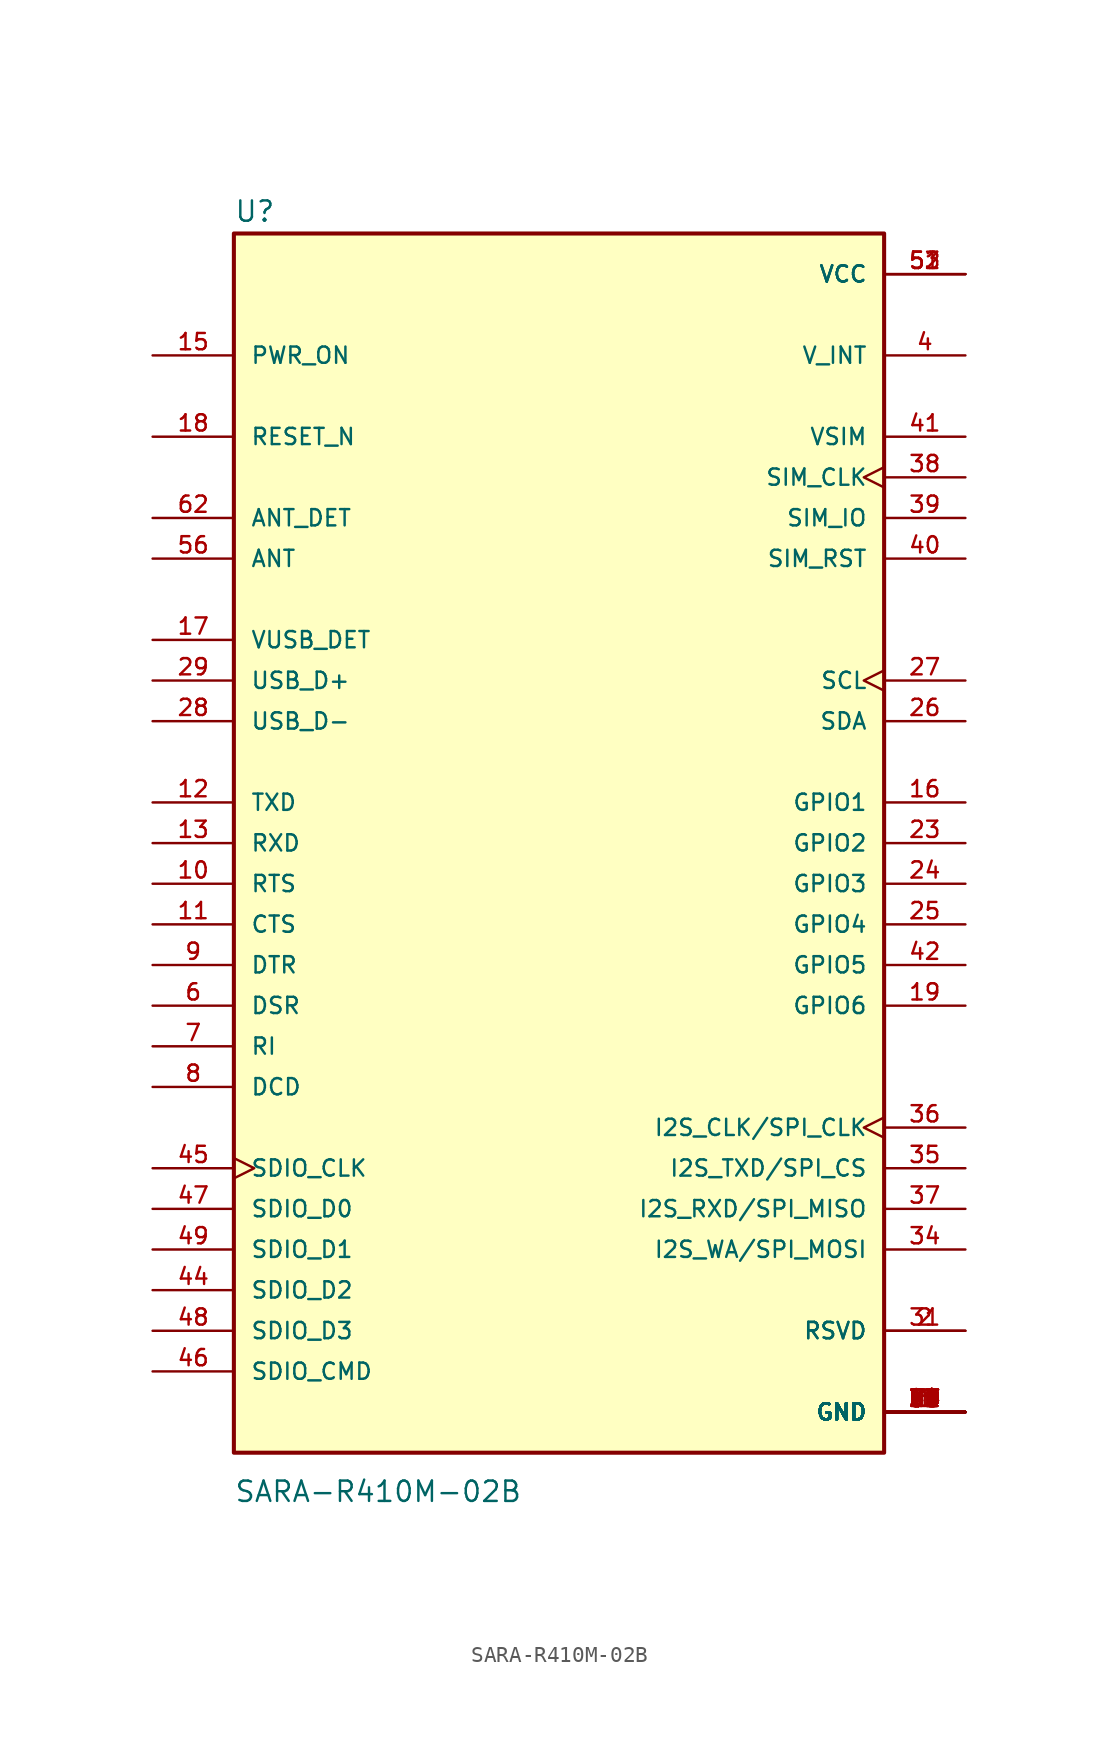
<source format=kicad_sym>
(kicad_symbol_lib
  (version 20211014)
  (generator kicad_symbol_editor)
  (symbol "SARA-R410M-02B"
    (pin_names
      (offset 1.016))
    (property "Reference" "U"
      (at -20.32 38.735 0)
      (effects (font (size 1.27 1.27)) (justify bottom left)))
    (property "Value" "SARA-R410M-02B"
      (at -20.32 -41.275 0)
      (effects (font (size 1.27 1.27)) (justify bottom left)))
    (symbol "SARA-R410M-02B_0_0"
      (rectangle (start -20.32 -38.1) (end 20.32 38.1) (stroke (width 0.254)) (fill (type background)))
      (pin power_in line (at 25.4 -35.56 180.0) (length 5.08) (name "GND" (effects (font (size 1.016 1.016)))) (number "1" (effects (font (size 1.016 1.016)))))
      (pin power_in line (at 25.4 -35.56 180.0) (length 5.08) (name "GND" (effects (font (size 1.016 1.016)))) (number "3" (effects (font (size 1.016 1.016)))))
      (pin power_in line (at 25.4 -35.56 180.0) (length 5.08) (name "GND" (effects (font (size 1.016 1.016)))) (number "5" (effects (font (size 1.016 1.016)))))
      (pin power_in line (at 25.4 -35.56 180.0) (length 5.08) (name "GND" (effects (font (size 1.016 1.016)))) (number "14" (effects (font (size 1.016 1.016)))))
      (pin power_in line (at 25.4 -35.56 180.0) (length 5.08) (name "GND" (effects (font (size 1.016 1.016)))) (number "20" (effects (font (size 1.016 1.016)))))
      (pin power_in line (at 25.4 -35.56 180.0) (length 5.08) (name "GND" (effects (font (size 1.016 1.016)))) (number "21" (effects (font (size 1.016 1.016)))))
      (pin power_in line (at 25.4 -35.56 180.0) (length 5.08) (name "GND" (effects (font (size 1.016 1.016)))) (number "22" (effects (font (size 1.016 1.016)))))
      (pin power_in line (at 25.4 -35.56 180.0) (length 5.08) (name "GND" (effects (font (size 1.016 1.016)))) (number "30" (effects (font (size 1.016 1.016)))))
      (pin power_in line (at 25.4 -35.56 180.0) (length 5.08) (name "GND" (effects (font (size 1.016 1.016)))) (number "32" (effects (font (size 1.016 1.016)))))
      (pin power_in line (at 25.4 -35.56 180.0) (length 5.08) (name "GND" (effects (font (size 1.016 1.016)))) (number "33" (effects (font (size 1.016 1.016)))))
      (pin power_in line (at 25.4 -35.56 180.0) (length 5.08) (name "GND" (effects (font (size 1.016 1.016)))) (number "43" (effects (font (size 1.016 1.016)))))
      (pin power_in line (at 25.4 -35.56 180.0) (length 5.08) (name "GND" (effects (font (size 1.016 1.016)))) (number "50" (effects (font (size 1.016 1.016)))))
      (pin power_in line (at 25.4 -35.56 180.0) (length 5.08) (name "GND" (effects (font (size 1.016 1.016)))) (number "54" (effects (font (size 1.016 1.016)))))
      (pin power_in line (at 25.4 -35.56 180.0) (length 5.08) (name "GND" (effects (font (size 1.016 1.016)))) (number "55" (effects (font (size 1.016 1.016)))))
      (pin power_in line (at 25.4 -35.56 180.0) (length 5.08) (name "GND" (effects (font (size 1.016 1.016)))) (number "57" (effects (font (size 1.016 1.016)))))
      (pin power_in line (at 25.4 -35.56 180.0) (length 5.08) (name "GND" (effects (font (size 1.016 1.016)))) (number "58" (effects (font (size 1.016 1.016)))))
      (pin power_in line (at 25.4 -35.56 180.0) (length 5.08) (name "GND" (effects (font (size 1.016 1.016)))) (number "59" (effects (font (size 1.016 1.016)))))
      (pin power_in line (at 25.4 -35.56 180.0) (length 5.08) (name "GND" (effects (font (size 1.016 1.016)))) (number "60" (effects (font (size 1.016 1.016)))))
      (pin power_in line (at 25.4 -35.56 180.0) (length 5.08) (name "GND" (effects (font (size 1.016 1.016)))) (number "61" (effects (font (size 1.016 1.016)))))
      (pin power_in line (at 25.4 -35.56 180.0) (length 5.08) (name "GND" (effects (font (size 1.016 1.016)))) (number "63" (effects (font (size 1.016 1.016)))))
      (pin power_in line (at 25.4 -35.56 180.0) (length 5.08) (name "GND" (effects (font (size 1.016 1.016)))) (number "64" (effects (font (size 1.016 1.016)))))
      (pin power_in line (at 25.4 -35.56 180.0) (length 5.08) (name "GND" (effects (font (size 1.016 1.016)))) (number "65" (effects (font (size 1.016 1.016)))))
      (pin power_in line (at 25.4 -35.56 180.0) (length 5.08) (name "GND" (effects (font (size 1.016 1.016)))) (number "66" (effects (font (size 1.016 1.016)))))
      (pin power_in line (at 25.4 -35.56 180.0) (length 5.08) (name "GND" (effects (font (size 1.016 1.016)))) (number "67" (effects (font (size 1.016 1.016)))))
      (pin power_in line (at 25.4 -35.56 180.0) (length 5.08) (name "GND" (effects (font (size 1.016 1.016)))) (number "68" (effects (font (size 1.016 1.016)))))
      (pin power_in line (at 25.4 -35.56 180.0) (length 5.08) (name "GND" (effects (font (size 1.016 1.016)))) (number "69" (effects (font (size 1.016 1.016)))))
      (pin power_in line (at 25.4 -35.56 180.0) (length 5.08) (name "GND" (effects (font (size 1.016 1.016)))) (number "70" (effects (font (size 1.016 1.016)))))
      (pin power_in line (at 25.4 -35.56 180.0) (length 5.08) (name "GND" (effects (font (size 1.016 1.016)))) (number "71" (effects (font (size 1.016 1.016)))))
      (pin power_in line (at 25.4 -35.56 180.0) (length 5.08) (name "GND" (effects (font (size 1.016 1.016)))) (number "72" (effects (font (size 1.016 1.016)))))
      (pin power_in line (at 25.4 -35.56 180.0) (length 5.08) (name "GND" (effects (font (size 1.016 1.016)))) (number "73" (effects (font (size 1.016 1.016)))))
      (pin power_in line (at 25.4 -35.56 180.0) (length 5.08) (name "GND" (effects (font (size 1.016 1.016)))) (number "74" (effects (font (size 1.016 1.016)))))
      (pin power_in line (at 25.4 -35.56 180.0) (length 5.08) (name "GND" (effects (font (size 1.016 1.016)))) (number "75" (effects (font (size 1.016 1.016)))))
      (pin power_in line (at 25.4 -35.56 180.0) (length 5.08) (name "GND" (effects (font (size 1.016 1.016)))) (number "76" (effects (font (size 1.016 1.016)))))
      (pin power_in line (at 25.4 -35.56 180.0) (length 5.08) (name "GND" (effects (font (size 1.016 1.016)))) (number "77" (effects (font (size 1.016 1.016)))))
      (pin power_in line (at 25.4 -35.56 180.0) (length 5.08) (name "GND" (effects (font (size 1.016 1.016)))) (number "78" (effects (font (size 1.016 1.016)))))
      (pin power_in line (at 25.4 -35.56 180.0) (length 5.08) (name "GND" (effects (font (size 1.016 1.016)))) (number "79" (effects (font (size 1.016 1.016)))))
      (pin power_in line (at 25.4 -35.56 180.0) (length 5.08) (name "GND" (effects (font (size 1.016 1.016)))) (number "80" (effects (font (size 1.016 1.016)))))
      (pin power_in line (at 25.4 -35.56 180.0) (length 5.08) (name "GND" (effects (font (size 1.016 1.016)))) (number "81" (effects (font (size 1.016 1.016)))))
      (pin power_in line (at 25.4 -35.56 180.0) (length 5.08) (name "GND" (effects (font (size 1.016 1.016)))) (number "82" (effects (font (size 1.016 1.016)))))
      (pin power_in line (at 25.4 -35.56 180.0) (length 5.08) (name "GND" (effects (font (size 1.016 1.016)))) (number "83" (effects (font (size 1.016 1.016)))))
      (pin power_in line (at 25.4 -35.56 180.0) (length 5.08) (name "GND" (effects (font (size 1.016 1.016)))) (number "84" (effects (font (size 1.016 1.016)))))
      (pin power_in line (at 25.4 -35.56 180.0) (length 5.08) (name "GND" (effects (font (size 1.016 1.016)))) (number "85" (effects (font (size 1.016 1.016)))))
      (pin power_in line (at 25.4 -35.56 180.0) (length 5.08) (name "GND" (effects (font (size 1.016 1.016)))) (number "86" (effects (font (size 1.016 1.016)))))
      (pin power_in line (at 25.4 -35.56 180.0) (length 5.08) (name "GND" (effects (font (size 1.016 1.016)))) (number "87" (effects (font (size 1.016 1.016)))))
      (pin power_in line (at 25.4 -35.56 180.0) (length 5.08) (name "GND" (effects (font (size 1.016 1.016)))) (number "88" (effects (font (size 1.016 1.016)))))
      (pin power_in line (at 25.4 -35.56 180.0) (length 5.08) (name "GND" (effects (font (size 1.016 1.016)))) (number "89" (effects (font (size 1.016 1.016)))))
      (pin power_in line (at 25.4 -35.56 180.0) (length 5.08) (name "GND" (effects (font (size 1.016 1.016)))) (number "90" (effects (font (size 1.016 1.016)))))
      (pin power_in line (at 25.4 -35.56 180.0) (length 5.08) (name "GND" (effects (font (size 1.016 1.016)))) (number "91" (effects (font (size 1.016 1.016)))))
      (pin power_in line (at 25.4 -35.56 180.0) (length 5.08) (name "GND" (effects (font (size 1.016 1.016)))) (number "92" (effects (font (size 1.016 1.016)))))
      (pin power_in line (at 25.4 -35.56 180.0) (length 5.08) (name "GND" (effects (font (size 1.016 1.016)))) (number "93" (effects (font (size 1.016 1.016)))))
      (pin power_in line (at 25.4 -35.56 180.0) (length 5.08) (name "GND" (effects (font (size 1.016 1.016)))) (number "94" (effects (font (size 1.016 1.016)))))
      (pin power_in line (at 25.4 -35.56 180.0) (length 5.08) (name "GND" (effects (font (size 1.016 1.016)))) (number "95" (effects (font (size 1.016 1.016)))))
      (pin power_in line (at 25.4 -35.56 180.0) (length 5.08) (name "GND" (effects (font (size 1.016 1.016)))) (number "96" (effects (font (size 1.016 1.016)))))
      (pin output line (at 25.4 30.48 180.0) (length 5.08) (name "V_INT" (effects (font (size 1.016 1.016)))) (number "4" (effects (font (size 1.016 1.016)))))
      (pin output line (at -25.4 -10.16 0) (length 5.08) (name "DSR" (effects (font (size 1.016 1.016)))) (number "6" (effects (font (size 1.016 1.016)))))
      (pin output line (at -25.4 -12.7 0) (length 5.08) (name "RI" (effects (font (size 1.016 1.016)))) (number "7" (effects (font (size 1.016 1.016)))))
      (pin output line (at -25.4 -15.24 0) (length 5.08) (name "DCD" (effects (font (size 1.016 1.016)))) (number "8" (effects (font (size 1.016 1.016)))))
      (pin input line (at -25.4 -7.62 0) (length 5.08) (name "DTR" (effects (font (size 1.016 1.016)))) (number "9" (effects (font (size 1.016 1.016)))))
      (pin input line (at -25.4 -2.54 0) (length 5.08) (name "RTS" (effects (font (size 1.016 1.016)))) (number "10" (effects (font (size 1.016 1.016)))))
      (pin output line (at -25.4 -5.08 0) (length 5.08) (name "CTS" (effects (font (size 1.016 1.016)))) (number "11" (effects (font (size 1.016 1.016)))))
      (pin input line (at -25.4 2.54 0) (length 5.08) (name "TXD" (effects (font (size 1.016 1.016)))) (number "12" (effects (font (size 1.016 1.016)))))
      (pin output line (at -25.4 0.0 0) (length 5.08) (name "RXD" (effects (font (size 1.016 1.016)))) (number "13" (effects (font (size 1.016 1.016)))))
      (pin input line (at -25.4 30.48 0) (length 5.08) (name "PWR_ON" (effects (font (size 1.016 1.016)))) (number "15" (effects (font (size 1.016 1.016)))))
      (pin bidirectional line (at 25.4 2.54 180.0) (length 5.08) (name "GPIO1" (effects (font (size 1.016 1.016)))) (number "16" (effects (font (size 1.016 1.016)))))
      (pin input line (at -25.4 12.7 0) (length 5.08) (name "VUSB_DET" (effects (font (size 1.016 1.016)))) (number "17" (effects (font (size 1.016 1.016)))))
      (pin input line (at -25.4 25.4 0) (length 5.08) (name "RESET_N" (effects (font (size 1.016 1.016)))) (number "18" (effects (font (size 1.016 1.016)))))
      (pin bidirectional line (at 25.4 -10.16 180.0) (length 5.08) (name "GPIO6" (effects (font (size 1.016 1.016)))) (number "19" (effects (font (size 1.016 1.016)))))
      (pin bidirectional line (at 25.4 0.0 180.0) (length 5.08) (name "GPIO2" (effects (font (size 1.016 1.016)))) (number "23" (effects (font (size 1.016 1.016)))))
      (pin bidirectional line (at 25.4 7.62 180.0) (length 5.08) (name "SDA" (effects (font (size 1.016 1.016)))) (number "26" (effects (font (size 1.016 1.016)))))
      (pin output clock (at 25.4 10.16 180.0) (length 5.08) (name "SCL" (effects (font (size 1.016 1.016)))) (number "27" (effects (font (size 1.016 1.016)))))
      (pin bidirectional line (at -25.4 7.62 0) (length 5.08) (name "USB_D-" (effects (font (size 1.016 1.016)))) (number "28" (effects (font (size 1.016 1.016)))))
      (pin bidirectional line (at -25.4 10.16 0) (length 5.08) (name "USB_D+" (effects (font (size 1.016 1.016)))) (number "29" (effects (font (size 1.016 1.016)))))
      (pin output line (at 25.4 -25.4 180.0) (length 5.08) (name "I2S_WA/SPI_MOSI" (effects (font (size 1.016 1.016)))) (number "34" (effects (font (size 1.016 1.016)))))
      (pin output line (at 25.4 -20.32 180.0) (length 5.08) (name "I2S_TXD/SPI_CS" (effects (font (size 1.016 1.016)))) (number "35" (effects (font (size 1.016 1.016)))))
      (pin output clock (at 25.4 -17.78 180.0) (length 5.08) (name "I2S_CLK/SPI_CLK" (effects (font (size 1.016 1.016)))) (number "36" (effects (font (size 1.016 1.016)))))
      (pin input line (at 25.4 -22.86 180.0) (length 5.08) (name "I2S_RXD/SPI_MISO" (effects (font (size 1.016 1.016)))) (number "37" (effects (font (size 1.016 1.016)))))
      (pin output clock (at 25.4 22.86 180.0) (length 5.08) (name "SIM_CLK" (effects (font (size 1.016 1.016)))) (number "38" (effects (font (size 1.016 1.016)))))
      (pin bidirectional line (at 25.4 20.32 180.0) (length 5.08) (name "SIM_IO" (effects (font (size 1.016 1.016)))) (number "39" (effects (font (size 1.016 1.016)))))
      (pin output line (at 25.4 17.78 180.0) (length 5.08) (name "SIM_RST" (effects (font (size 1.016 1.016)))) (number "40" (effects (font (size 1.016 1.016)))))
      (pin output line (at 25.4 25.4 180.0) (length 5.08) (name "VSIM" (effects (font (size 1.016 1.016)))) (number "41" (effects (font (size 1.016 1.016)))))
      (pin bidirectional line (at 25.4 -7.62 180.0) (length 5.08) (name "GPIO5" (effects (font (size 1.016 1.016)))) (number "42" (effects (font (size 1.016 1.016)))))
      (pin input line (at -25.4 20.32 0) (length 5.08) (name "ANT_DET" (effects (font (size 1.016 1.016)))) (number "62" (effects (font (size 1.016 1.016)))))
      (pin bidirectional line (at -25.4 17.78 0) (length 5.08) (name "ANT" (effects (font (size 1.016 1.016)))) (number "56" (effects (font (size 1.016 1.016)))))
      (pin power_in line (at 25.4 35.56 180.0) (length 5.08) (name "VCC" (effects (font (size 1.016 1.016)))) (number "51" (effects (font (size 1.016 1.016)))))
      (pin power_in line (at 25.4 35.56 180.0) (length 5.08) (name "VCC" (effects (font (size 1.016 1.016)))) (number "52" (effects (font (size 1.016 1.016)))))
      (pin power_in line (at 25.4 35.56 180.0) (length 5.08) (name "VCC" (effects (font (size 1.016 1.016)))) (number "53" (effects (font (size 1.016 1.016)))))
      (pin bidirectional line (at -25.4 -25.4 0) (length 5.08) (name "SDIO_D1" (effects (font (size 1.016 1.016)))) (number "49" (effects (font (size 1.016 1.016)))))
      (pin bidirectional line (at -25.4 -30.48 0) (length 5.08) (name "SDIO_D3" (effects (font (size 1.016 1.016)))) (number "48" (effects (font (size 1.016 1.016)))))
      (pin bidirectional line (at -25.4 -22.86 0) (length 5.08) (name "SDIO_D0" (effects (font (size 1.016 1.016)))) (number "47" (effects (font (size 1.016 1.016)))))
      (pin bidirectional line (at -25.4 -33.02 0) (length 5.08) (name "SDIO_CMD" (effects (font (size 1.016 1.016)))) (number "46" (effects (font (size 1.016 1.016)))))
      (pin output clock (at -25.4 -20.32 0) (length 5.08) (name "SDIO_CLK" (effects (font (size 1.016 1.016)))) (number "45" (effects (font (size 1.016 1.016)))))
      (pin bidirectional line (at -25.4 -27.94 0) (length 5.08) (name "SDIO_D2" (effects (font (size 1.016 1.016)))) (number "44" (effects (font (size 1.016 1.016)))))
      (pin bidirectional line (at 25.4 -2.54 180.0) (length 5.08) (name "GPIO3" (effects (font (size 1.016 1.016)))) (number "24" (effects (font (size 1.016 1.016)))))
      (pin bidirectional line (at 25.4 -5.08 180.0) (length 5.08) (name "GPIO4" (effects (font (size 1.016 1.016)))) (number "25" (effects (font (size 1.016 1.016)))))
      (pin passive line (at 25.4 -30.48 180.0) (length 5.08) (name "RSVD" (effects (font (size 1.016 1.016)))) (number "2" (effects (font (size 1.016 1.016)))))
      (pin passive line (at 25.4 -30.48 180.0) (length 5.08) (name "RSVD" (effects (font (size 1.016 1.016)))) (number "31" (effects (font (size 1.016 1.016))))))))
</source>
